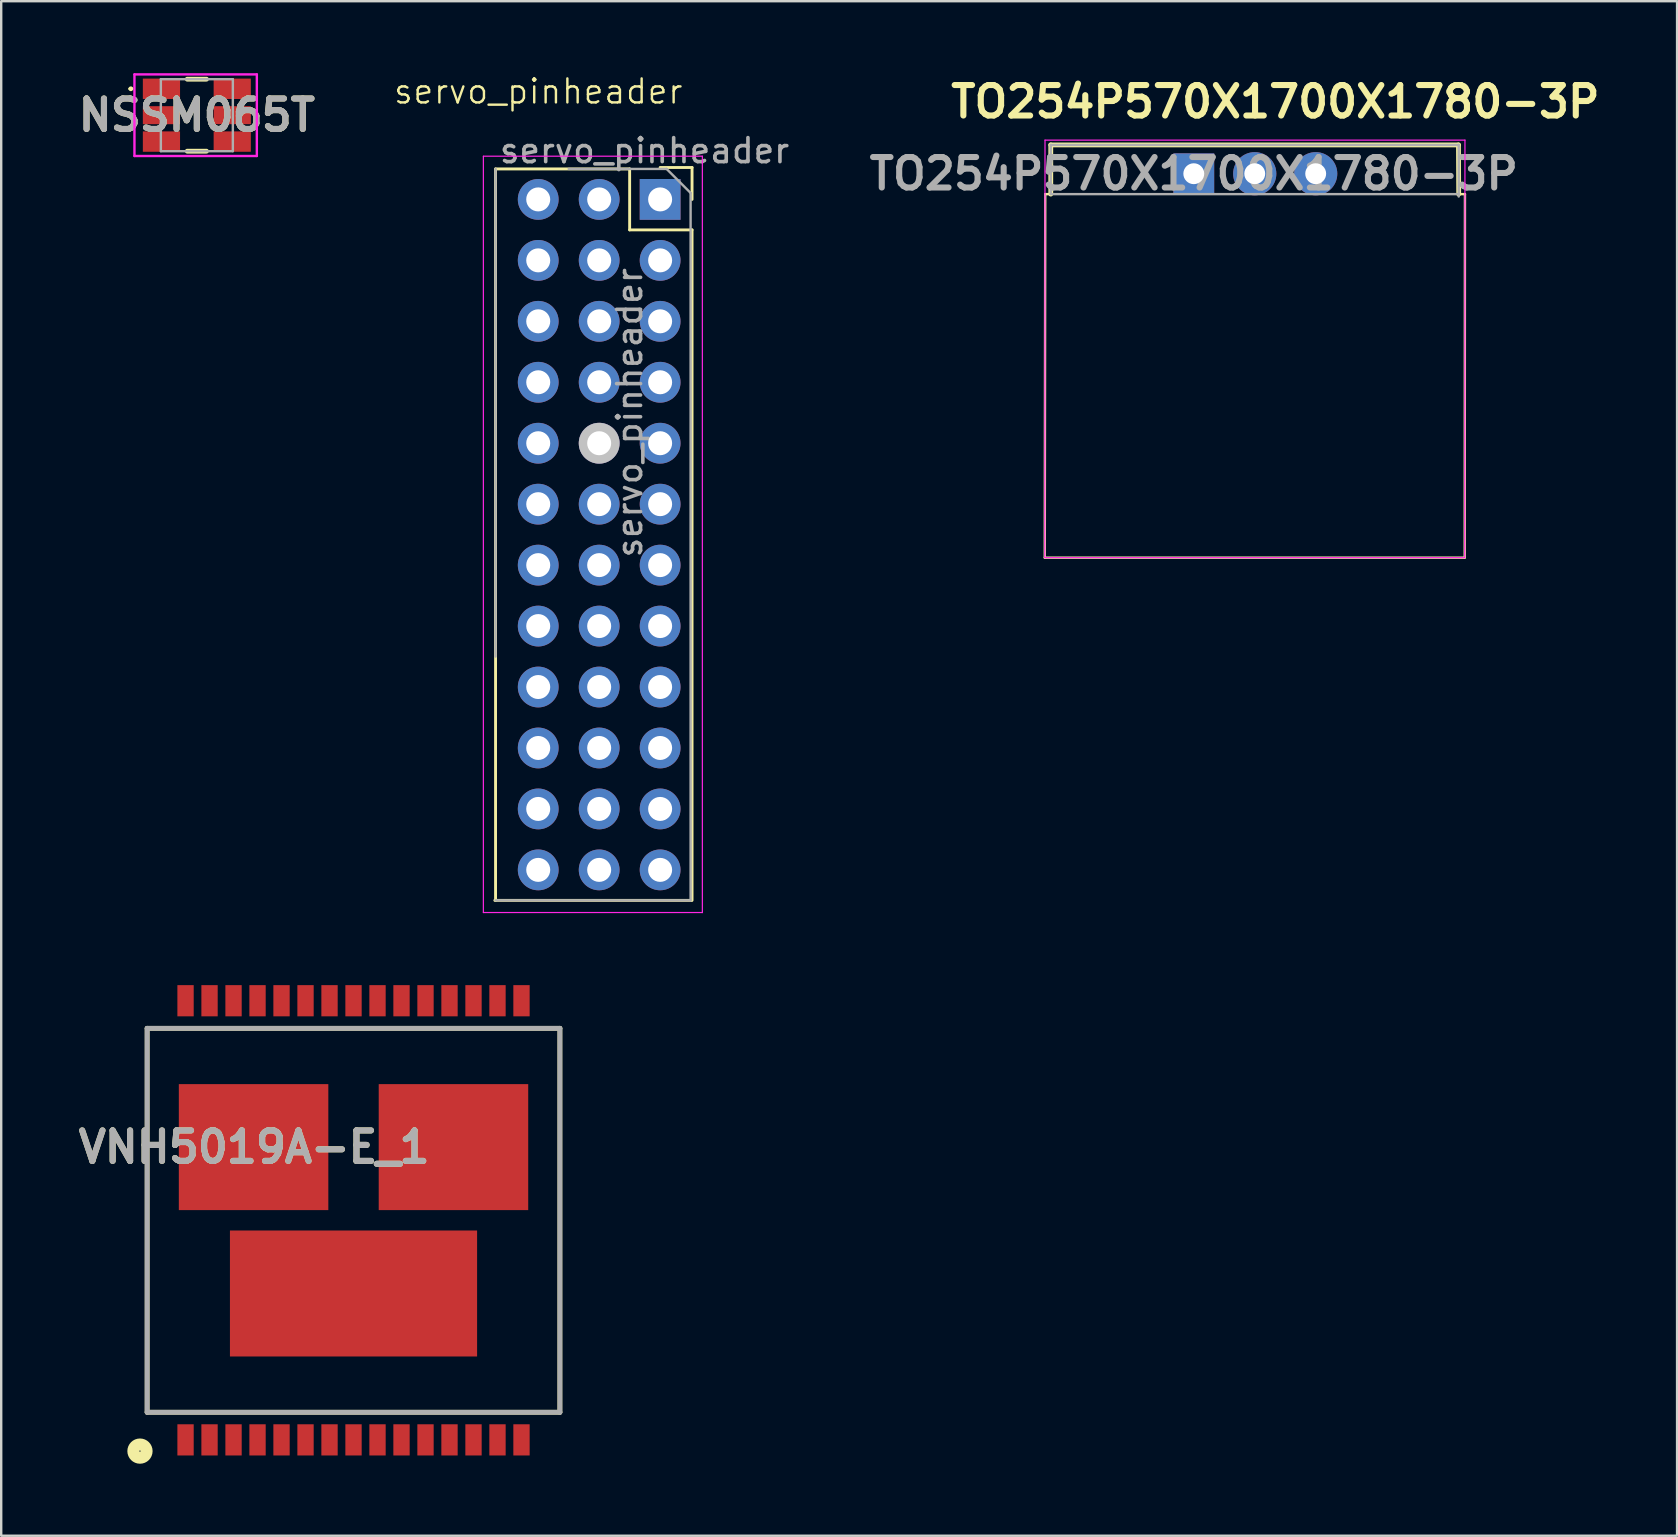
<source format=kicad_pcb>
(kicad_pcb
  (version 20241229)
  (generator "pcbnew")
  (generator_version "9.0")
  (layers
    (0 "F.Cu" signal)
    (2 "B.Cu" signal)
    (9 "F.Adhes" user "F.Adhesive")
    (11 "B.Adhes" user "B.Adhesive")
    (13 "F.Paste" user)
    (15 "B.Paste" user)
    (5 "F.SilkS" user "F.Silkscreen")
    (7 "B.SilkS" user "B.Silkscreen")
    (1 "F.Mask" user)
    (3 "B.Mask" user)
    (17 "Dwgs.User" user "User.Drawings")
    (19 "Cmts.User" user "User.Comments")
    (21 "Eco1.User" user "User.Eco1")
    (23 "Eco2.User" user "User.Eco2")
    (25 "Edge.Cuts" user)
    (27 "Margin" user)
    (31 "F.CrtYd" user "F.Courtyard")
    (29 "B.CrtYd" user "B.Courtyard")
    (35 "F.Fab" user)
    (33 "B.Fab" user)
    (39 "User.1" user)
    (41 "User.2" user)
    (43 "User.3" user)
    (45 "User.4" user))
  (footprint "servo_pinheader"
    (layer "F.Cu")
    (at 21.919 14.15)
    (property "Reference" "servo_pinheader" (at -2.54 -13.39 0) (unlocked yes) (layer "F.SilkS") (effects (font (size 1 1) (thickness 0.1))))
    (attr through_hole)
    (fp_line (start -4.348 20.32) (end 3.84 20.32) (stroke (width 0.12) (type solid)) (layer "F.SilkS"))
    (fp_line (start -4.318 -10.16) (end -4.318 20.32) (stroke (width 0.12) (type solid)) (layer "F.SilkS"))
    (fp_line (start -4.318 -10.16) (end 1.27 -10.16) (stroke (width 0.12) (type solid)) (layer "F.SilkS"))
    (fp_line (start 1.27 -10.16) (end 1.27 -7.62) (stroke (width 0.12) (type solid)) (layer "F.SilkS"))
    (fp_line (start 1.27 -7.62) (end 3.87 -7.62) (stroke (width 0.12) (type solid)) (layer "F.SilkS"))
    (fp_line (start 2.54 -10.22) (end 3.87 -10.22) (stroke (width 0.12) (type solid)) (layer "F.SilkS"))
    (fp_line (start 3.87 -10.22) (end 3.87 -8.89) (stroke (width 0.12) (type solid)) (layer "F.SilkS"))
    (fp_line (start 3.87 -7.62) (end 3.87 20.32) (stroke (width 0.12) (type solid)) (layer "F.SilkS"))
    (fp_line (start -4.826 -10.69) (end 4.3 -10.69) (stroke (width 0.05) (type solid)) (layer "F.CrtYd"))
    (fp_line (start -4.826 20.828) (end -4.826 -10.69) (stroke (width 0.05) (type solid)) (layer "F.CrtYd"))
    (fp_line (start 4.3 -10.69) (end 4.3 20.828) (stroke (width 0.05) (type solid)) (layer "F.CrtYd"))
    (fp_line (start 4.3 20.828) (end -4.826 20.828) (stroke (width 0.05) (type solid)) (layer "F.CrtYd"))
    (fp_line (start -4.318 10.16) (end -4.318 -10.16) (stroke (width 0.1) (type solid)) (layer "F.Fab"))
    (fp_line (start -1.27 -10.16) (end 2.81 -10.16) (stroke (width 0.1) (type solid)) (layer "F.Fab"))
    (fp_line (start 2.81 -10.16) (end 3.81 -9.16) (stroke (width 0.1) (type solid)) (layer "F.Fab"))
    (fp_line (start 3.81 -9.16) (end 3.81 20.32) (stroke (width 0.1) (type solid)) (layer "F.Fab"))
    (fp_line (start 3.81 20.32) (end -4.318 20.32) (stroke (width 0.1) (type solid)) (layer "F.Fab"))
    (fp_text user "${REFERENCE}" (at 1.89 -10.92 0) (unlocked yes) (layer "F.Fab") (effects (font (size 1 1) (thickness 0.15))))
    (fp_text user "${REFERENCE}" (at 1.27 0 90) (layer "F.Fab") (effects (font (size 1 1) (thickness 0.15))))
    (pad "1" thru_hole rect (at 2.54 -8.89) (size 1.7 1.7) (drill 1) (layers "*.Cu" "*.Mask"))
    (pad "2" thru_hole oval (at 2.54 -6.35) (size 1.7 1.7) (drill 1) (layers "*.Cu" "*.Mask"))
    (pad "3" thru_hole oval (at 2.54 -3.81) (size 1.7 1.7) (drill 1) (layers "*.Cu" "*.Mask"))
    (pad "4" thru_hole oval (at 2.54 -1.27) (size 1.7 1.7) (drill 1) (layers "*.Cu" "*.Mask"))
    (pad "5" thru_hole oval (at 2.54 1.27) (size 1.7 1.7) (drill 1) (layers "*.Cu" "*.Mask"))
    (pad "6" thru_hole oval (at 2.54 3.81) (size 1.7 1.7) (drill 1) (layers "*.Cu" "*.Mask"))
    (pad "7" thru_hole oval (at 2.54 6.35) (size 1.7 1.7) (drill 1) (layers "*.Cu" "*.Mask"))
    (pad "8" thru_hole oval (at 2.54 8.89) (size 1.7 1.7) (drill 1) (layers "*.Cu" "*.Mask"))
    (pad "9" thru_hole oval (at 2.54 11.43) (size 1.7 1.7) (drill 1) (layers "*.Cu" "*.Mask"))
    (pad "10" thru_hole oval (at 2.54 13.97) (size 1.7 1.7) (drill 1) (layers "*.Cu" "*.Mask"))
    (pad "11" thru_hole oval (at 2.54 16.51) (size 1.7 1.7) (drill 1) (layers "*.Cu" "*.Mask"))
    (pad "12" thru_hole oval (at 2.54 19.05) (size 1.7 1.7) (drill 1) (layers "*.Cu" "*.Mask"))
    (pad "13" thru_hole oval (at 0 -8.89) (size 1.7 1.7) (drill 1) (layers "*.Cu" "*.Mask"))
    (pad "13" thru_hole oval (at 0 -6.35) (size 1.7 1.7) (drill 1) (layers "*.Cu" "*.Mask"))
    (pad "13" thru_hole oval (at 0 -3.81) (size 1.7 1.7) (drill 1) (layers "*.Cu" "*.Mask"))
    (pad "13" thru_hole oval (at 0 -1.27) (size 1.7 1.7) (drill 1) (layers "*.Cu" "*.Mask"))
    (pad "13" thru_hole oval (at 0 1.27) (size 1.7 1.7) (drill 1) (layers "*.Cu" "*.Mask" "Dwgs.User"))
    (pad "13" thru_hole oval (at 0 3.81) (size 1.7 1.7) (drill 1) (layers "*.Cu" "*.Mask"))
    (pad "13" thru_hole oval (at 0 6.35) (size 1.7 1.7) (drill 1) (layers "*.Cu" "*.Mask"))
    (pad "13" thru_hole oval (at 0 8.89) (size 1.7 1.7) (drill 1) (layers "*.Cu" "*.Mask"))
    (pad "13" thru_hole oval (at 0 11.43) (size 1.7 1.7) (drill 1) (layers "*.Cu" "*.Mask"))
    (pad "13" thru_hole oval (at 0 13.97) (size 1.7 1.7) (drill 1) (layers "*.Cu" "*.Mask"))
    (pad "13" thru_hole oval (at 0 16.51) (size 1.7 1.7) (drill 1) (layers "*.Cu" "*.Mask"))
    (pad "13" thru_hole oval (at 0 19.05) (size 1.7 1.7) (drill 1) (layers "*.Cu" "*.Mask"))
    (pad "14" thru_hole oval (at -2.54 -8.89) (size 1.7 1.7) (drill 1) (layers "*.Cu" "*.Mask"))
    (pad "14" thru_hole oval (at -2.54 -6.35) (size 1.7 1.7) (drill 1) (layers "*.Cu" "*.Mask"))
    (pad "14" thru_hole oval (at -2.54 -3.81) (size 1.7 1.7) (drill 1) (layers "*.Cu" "*.Mask"))
    (pad "14" thru_hole oval (at -2.54 -1.27) (size 1.7 1.7) (drill 1) (layers "*.Cu" "*.Mask"))
    (pad "14" thru_hole oval (at -2.54 1.27) (size 1.7 1.7) (drill 1) (layers "*.Cu" "*.Mask"))
    (pad "14" thru_hole oval (at -2.54 3.81) (size 1.7 1.7) (drill 1) (layers "*.Cu" "*.Mask"))
    (pad "14" thru_hole oval (at -2.54 6.35) (size 1.7 1.7) (drill 1) (layers "*.Cu" "*.Mask"))
    (pad "14" thru_hole oval (at -2.54 8.89) (size 1.7 1.7) (drill 1) (layers "*.Cu" "*.Mask"))
    (pad "14" thru_hole oval (at -2.54 11.43) (size 1.7 1.7) (drill 1) (layers "*.Cu" "*.Mask"))
    (pad "14" thru_hole oval (at -2.54 13.97) (size 1.7 1.7) (drill 1) (layers "*.Cu" "*.Mask"))
    (pad "14" thru_hole oval (at -2.54 16.51) (size 1.7 1.7) (drill 1) (layers "*.Cu" "*.Mask"))
    (pad "14" thru_hole oval (at -2.54 19.05) (size 1.7 1.7) (drill 1) (layers "*.Cu" "*.Mask")))
  (footprint "VNH5019A-E_1"
    (layer "F.Cu")
    (at 17.682 41.803)
    (property "Reference" "VNH5019A-E_1" (at -10.141 2.95 0) (layer "F.SilkS") (effects (font (size 1.27 1.27) (thickness 0.254))))
    (attr smd)
    (fp_line (start -14.6 -2) (end 2.6 -2) (stroke (width 0.2) (type solid)) (layer "F.SilkS"))
    (fp_line (start -14.6 14) (end -14.6 -2) (stroke (width 0.2) (type solid)) (layer "F.SilkS"))
    (fp_line (start 2.6 -2) (end 2.6 14) (stroke (width 0.2) (type solid)) (layer "F.SilkS"))
    (fp_line (start 2.6 14) (end -14.6 14) (stroke (width 0.2) (type solid)) (layer "F.SilkS"))
    (fp_circle (center -14.899 15.618) (end -14.899 15.894) (stroke (width 0.5) (type solid)) (fill no) (layer "F.SilkS"))
    (fp_line (start -14.6 -2) (end 2.6 -2) (stroke (width 0.2) (type solid)) (layer "F.Fab"))
    (fp_line (start -14.6 14) (end -14.6 -2) (stroke (width 0.2) (type solid)) (layer "F.Fab"))
    (fp_line (start 2.6 -2) (end 2.6 14) (stroke (width 0.2) (type solid)) (layer "F.Fab"))
    (fp_line (start 2.6 14) (end -14.6 14) (stroke (width 0.2) (type solid)) (layer "F.Fab"))
    (fp_text user "${REFERENCE}" (at -10.141 2.95 0) (layer "F.Fab") (effects (font (size 1.27 1.27) (thickness 0.254))))
    (pad "1" smd rect (at -13 15.15) (size 0.68 1.3) (layers "F.Cu" "F.Mask" "F.Paste"))
    (pad "2" smd rect (at -12 15.15) (size 0.68 1.3) (layers "F.Cu" "F.Mask" "F.Paste"))
    (pad "3" smd rect (at -11 15.15) (size 0.68 1.3) (layers "F.Cu" "F.Mask" "F.Paste"))
    (pad "4" smd rect (at -10 15.15) (size 0.68 1.3) (layers "F.Cu" "F.Mask" "F.Paste"))
    (pad "5" smd rect (at -9 15.15) (size 0.68 1.3) (layers "F.Cu" "F.Mask" "F.Paste"))
    (pad "6" smd rect (at -8 15.15) (size 0.68 1.3) (layers "F.Cu" "F.Mask" "F.Paste"))
    (pad "7" smd rect (at -7 15.15) (size 0.68 1.3) (layers "F.Cu" "F.Mask" "F.Paste"))
    (pad "8" smd rect (at -6 15.15) (size 0.68 1.3) (layers "F.Cu" "F.Mask" "F.Paste"))
    (pad "9" smd rect (at -5 15.15) (size 0.68 1.3) (layers "F.Cu" "F.Mask" "F.Paste"))
    (pad "10" smd rect (at -4 15.15) (size 0.68 1.3) (layers "F.Cu" "F.Mask" "F.Paste"))
    (pad "11" smd rect (at -3 15.15) (size 0.68 1.3) (layers "F.Cu" "F.Mask" "F.Paste"))
    (pad "12" smd rect (at -2 15.15) (size 0.68 1.3) (layers "F.Cu" "F.Mask" "F.Paste"))
    (pad "13" smd rect (at -1 15.15) (size 0.68 1.3) (layers "F.Cu" "F.Mask" "F.Paste"))
    (pad "14" smd rect (at 0 15.15) (size 0.68 1.3) (layers "F.Cu" "F.Mask" "F.Paste"))
    (pad "15" smd rect (at 1 15.15) (size 0.68 1.3) (layers "F.Cu" "F.Mask" "F.Paste"))
    (pad "16" smd rect (at 1 -3.15) (size 0.68 1.3) (layers "F.Cu" "F.Mask" "F.Paste"))
    (pad "17" smd rect (at 0 -3.15) (size 0.68 1.3) (layers "F.Cu" "F.Mask" "F.Paste"))
    (pad "18" smd rect (at -1 -3.15) (size 0.68 1.3) (layers "F.Cu" "F.Mask" "F.Paste"))
    (pad "19" smd rect (at -2 -3.15) (size 0.68 1.3) (layers "F.Cu" "F.Mask" "F.Paste"))
    (pad "20" smd rect (at -3 -3.15) (size 0.68 1.3) (layers "F.Cu" "F.Mask" "F.Paste"))
    (pad "21" smd rect (at -4 -3.15) (size 0.68 1.3) (layers "F.Cu" "F.Mask" "F.Paste"))
    (pad "22" smd rect (at -5 -3.15) (size 0.68 1.3) (layers "F.Cu" "F.Mask" "F.Paste"))
    (pad "23" smd rect (at -6 -3.15) (size 0.68 1.3) (layers "F.Cu" "F.Mask" "F.Paste"))
    (pad "24" smd rect (at -7 -3.15) (size 0.68 1.3) (layers "F.Cu" "F.Mask" "F.Paste"))
    (pad "25" smd rect (at -8 -3.15) (size 0.68 1.3) (layers "F.Cu" "F.Mask" "F.Paste"))
    (pad "26" smd rect (at -9 -3.15) (size 0.68 1.3) (layers "F.Cu" "F.Mask" "F.Paste"))
    (pad "27" smd rect (at -10 -3.15) (size 0.68 1.3) (layers "F.Cu" "F.Mask" "F.Paste"))
    (pad "28" smd rect (at -11 -3.15) (size 0.68 1.3) (layers "F.Cu" "F.Mask" "F.Paste"))
    (pad "29" smd rect (at -12 -3.15) (size 0.68 1.3) (layers "F.Cu" "F.Mask" "F.Paste"))
    (pad "30" smd rect (at -13 -3.15) (size 0.68 1.3) (layers "F.Cu" "F.Mask" "F.Paste"))
    (pad "31" smd rect (at -10.165 2.95 90) (size 5.25 6.23) (layers "F.Cu" "F.Mask" "F.Paste"))
    (pad "32" smd rect (at -1.835 2.95 90) (size 5.25 6.23) (layers "F.Cu" "F.Mask" "F.Paste"))
    (pad "33" smd rect (at -6 9.05 90) (size 5.25 10.3) (layers "F.Cu" "F.Mask" "F.Paste")))
  (footprint "NSSM065T"
    (layer "F.Cu")
    (at 5.153 1.75)
    (property "Reference" "NSSM065T" (at 0 0 0) (layer "F.SilkS") (effects (font (size 1.27 1.27) (thickness 0.254))))
    (attr smd)
    (fp_line (start -2.8 -1.1) (end -2.8 -1.1) (stroke (width 0.1) (type solid)) (layer "F.SilkS"))
    (fp_line (start -2.7 -1.1) (end -2.7 -1.1) (stroke (width 0.1) (type solid)) (layer "F.SilkS"))
    (fp_line (start -0.4 -1.5) (end 0.4 -1.5) (stroke (width 0.2) (type solid)) (layer "F.SilkS"))
    (fp_line (start -0.4 1.5) (end 0.4 1.5) (stroke (width 0.2) (type solid)) (layer "F.SilkS"))
    (fp_arc (start -2.8 -1.1) (mid -2.75 -1.15) (end -2.7 -1.1) (stroke (width 0.1) (type solid)) (layer "F.SilkS"))
    (fp_arc (start -2.7 -1.1) (mid -2.75 -1.05) (end -2.8 -1.1) (stroke (width 0.1) (type solid)) (layer "F.SilkS"))
    (fp_line (start -2.6 -1.7) (end 2.5 -1.7) (stroke (width 0.1) (type solid)) (layer "F.CrtYd"))
    (fp_line (start -2.6 1.7) (end -2.6 -1.7) (stroke (width 0.1) (type solid)) (layer "F.CrtYd"))
    (fp_line (start 2.5 -1.7) (end 2.5 1.7) (stroke (width 0.1) (type solid)) (layer "F.CrtYd"))
    (fp_line (start 2.5 1.7) (end -2.6 1.7) (stroke (width 0.1) (type solid)) (layer "F.CrtYd"))
    (fp_line (start -1.5 -1.5) (end 1.5 -1.5) (stroke (width 0.1) (type solid)) (layer "F.Fab"))
    (fp_line (start -1.5 1.5) (end -1.5 -1.5) (stroke (width 0.1) (type solid)) (layer "F.Fab"))
    (fp_line (start 1.5 -1.5) (end 1.5 1.5) (stroke (width 0.1) (type solid)) (layer "F.Fab"))
    (fp_line (start 1.5 1.5) (end -1.5 1.5) (stroke (width 0.1) (type solid)) (layer "F.Fab"))
    (fp_text user "${REFERENCE}" (at 0 0 0) (layer "F.Fab") (effects (font (size 1.27 1.27) (thickness 0.254))))
    (pad "1" smd rect (at -1.475 -1.1 90) (size 0.85 1.55) (layers "F.Cu" "F.Mask" "F.Paste"))
    (pad "2" smd rect (at -1.475 0 90) (size 0.75 1.55) (layers "F.Cu" "F.Mask" "F.Paste"))
    (pad "3" smd rect (at -1.475 1.1 90) (size 0.85 1.55) (layers "F.Cu" "F.Mask" "F.Paste"))
    (pad "4" smd rect (at 1.475 1.1 90) (size 0.85 1.55) (layers "F.Cu" "F.Mask" "F.Paste"))
    (pad "5" smd rect (at 1.475 0 90) (size 0.75 1.55) (layers "F.Cu" "F.Mask" "F.Paste"))
    (pad "6" smd rect (at 1.475 -1.1 90) (size 0.85 1.55) (layers "F.Cu" "F.Mask" "F.Paste")))
  (footprint "TO254P570X1700X1780-3P"
    (layer "F.Cu")
    (at 46.698 4.189)
    (property "Reference" "TO254P570X1700X1780-3P" (at 3.4 -3 0) (layer "F.SilkS") (effects (font (size 1.27 1.27) (thickness 0.254))))
    (attr through_hole)
    (fp_line (start -6.21 16) (end -6.19 0.85) (stroke (width 0.1) (type default)) (layer "F.SilkS"))
    (fp_line (start -5.96 -1.2) (end -5.96 0.85) (stroke (width 0.2) (type solid)) (layer "F.SilkS"))
    (fp_line (start -5.96 0.85) (end -6.19 0.85) (stroke (width 0.1) (type default)) (layer "F.SilkS"))
    (fp_line (start 11.03 -1.2) (end -5.96 -1.2) (stroke (width 0.2) (type solid)) (layer "F.SilkS"))
    (fp_line (start 11.04 0.85) (end 11.03 -1.2) (stroke (width 0.2) (type solid)) (layer "F.SilkS"))
    (fp_line (start 11.04 0.85) (end 11.3 0.85) (stroke (width 0.1) (type default)) (layer "F.SilkS"))
    (fp_line (start 11.29 16) (end -6.21 16) (stroke (width 0.1) (type default)) (layer "F.SilkS"))
    (fp_line (start 11.3 0.85) (end 11.29 16) (stroke (width 0.1) (type default)) (layer "F.SilkS"))
    (fp_line (start -6.21 16) (end 11.29 16) (stroke (width 0.05) (type solid)) (layer "F.CrtYd"))
    (fp_line (start -6.2 -1.4) (end -6.21 16) (stroke (width 0.05) (type solid)) (layer "F.CrtYd"))
    (fp_line (start 11.29 16) (end 11.3 -1.4) (stroke (width 0.05) (type solid)) (layer "F.CrtYd"))
    (fp_line (start 11.3 -1.4) (end -6.2 -1.4) (stroke (width 0.05) (type solid)) (layer "F.CrtYd"))
    (fp_line (start -5.96 -1.2) (end 11.04 -1.2) (stroke (width 0.1) (type solid)) (layer "F.Fab"))
    (fp_line (start -5.96 0.85) (end -5.96 -1.2) (stroke (width 0.1) (type solid)) (layer "F.Fab"))
    (fp_line (start 11.04 -1.2) (end 11.04 0.95) (stroke (width 0.1) (type solid)) (layer "F.Fab"))
    (fp_line (start 11.04 0.85) (end -5.96 0.85) (stroke (width 0.1) (type solid)) (layer "F.Fab"))
    (fp_text user "${REFERENCE}" (at 0 0 0) (layer "F.Fab") (effects (font (size 1.27 1.27) (thickness 0.254))))
    (pad "1" thru_hole rect (at 0 0) (size 1.7 1.7) (drill 0.87) (layers "*.Cu" "*.Mask"))
    (pad "2" thru_hole circle (at 2.54 0) (size 1.8 1.8) (drill 0.87) (layers "*.Cu" "*.Mask"))
    (pad "3" thru_hole circle (at 5.08 0) (size 1.8 1.8) (drill 0.87) (layers "*.Cu" "*.Mask")))
  (gr_rect
    (start -3 -3)
    (end 66.838 60.947)
    (stroke (width 0.1) (type default))
    (fill no)
    (layer "Edge.Cuts")))
</source>
